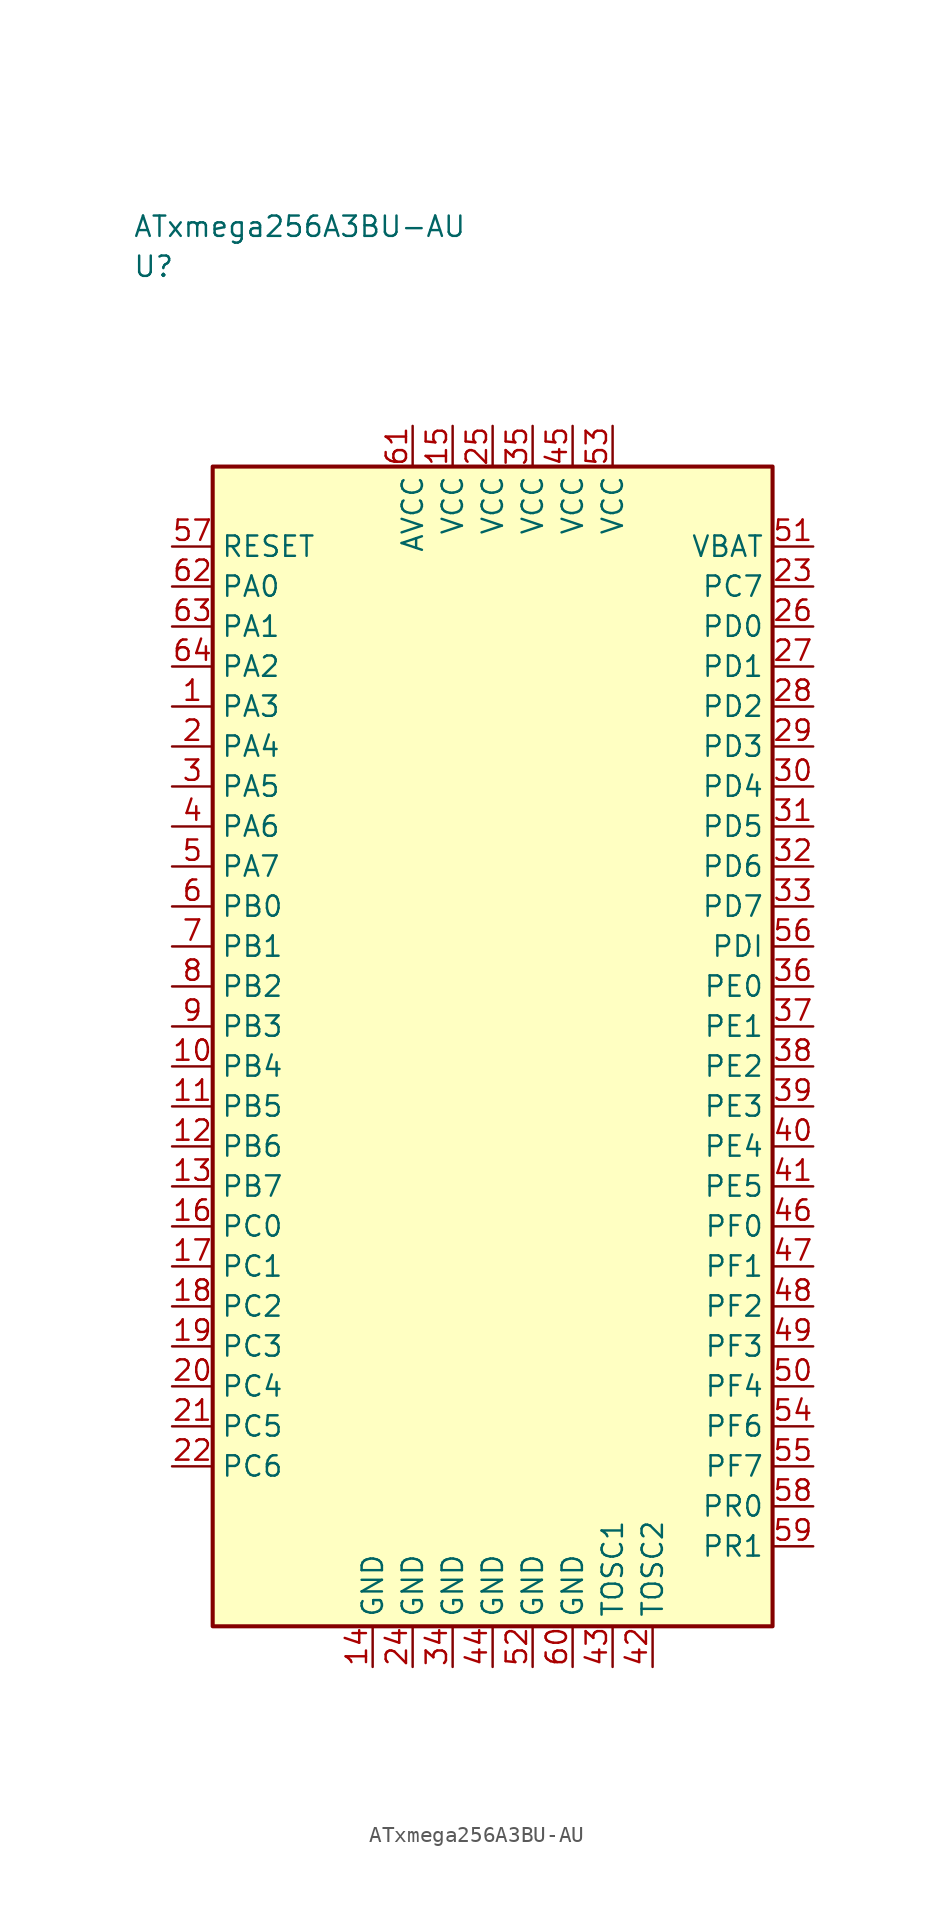
<source format=kicad_sym>
(kicad_symbol_lib
  (version 20241025)
  (generator "kicad_symbol_editor")
  (generator_version "8.0")
  (symbol "ATxmega256A3BU-AU"
    (property "Reference" "U"
      (at -22.5 48.75 0)
      (effects (font (size 1.27 1.27)) (justify left)))
    (property "Value" "ATxmega256A3BU-AU"
      (at -22.5 51.25 0)
      (effects (font (size 1.27 1.27)) (justify left)))
    (symbol "ATxmega256A3BU-AU_0_1"
      (rectangle (start -17.5 36.25) (end 17.5 -36.25) (stroke (width 0.254) (type default)) (fill (type background))))
    (symbol "ATxmega256A3BU-AU_1_1"
      (pin bidirectional line (at -20.04 21.25 0.0) (length 2.54) (name "PA3" (effects (font (size 1.27 1.27)))) (number "1" (effects (font (size 1.27 1.27)))))
      (pin bidirectional line (at -20.04 18.75 0.0) (length 2.54) (name "PA4" (effects (font (size 1.27 1.27)))) (number "2" (effects (font (size 1.27 1.27)))))
      (pin bidirectional line (at -20.04 16.25 0.0) (length 2.54) (name "PA5" (effects (font (size 1.27 1.27)))) (number "3" (effects (font (size 1.27 1.27)))))
      (pin bidirectional line (at -20.04 13.75 0.0) (length 2.54) (name "PA6" (effects (font (size 1.27 1.27)))) (number "4" (effects (font (size 1.27 1.27)))))
      (pin bidirectional line (at -20.04 11.25 0.0) (length 2.54) (name "PA7" (effects (font (size 1.27 1.27)))) (number "5" (effects (font (size 1.27 1.27)))))
      (pin bidirectional line (at -20.04 8.75 0.0) (length 2.54) (name "PB0" (effects (font (size 1.27 1.27)))) (number "6" (effects (font (size 1.27 1.27)))))
      (pin bidirectional line (at -20.04 6.25 0.0) (length 2.54) (name "PB1" (effects (font (size 1.27 1.27)))) (number "7" (effects (font (size 1.27 1.27)))))
      (pin bidirectional line (at -20.04 3.75 0.0) (length 2.54) (name "PB2" (effects (font (size 1.27 1.27)))) (number "8" (effects (font (size 1.27 1.27)))))
      (pin bidirectional line (at -20.04 1.25 0.0) (length 2.54) (name "PB3" (effects (font (size 1.27 1.27)))) (number "9" (effects (font (size 1.27 1.27)))))
      (pin bidirectional line (at -20.04 -1.25 0.0) (length 2.54) (name "PB4" (effects (font (size 1.27 1.27)))) (number "10" (effects (font (size 1.27 1.27)))))
      (pin bidirectional line (at -20.04 -3.75 0.0) (length 2.54) (name "PB5" (effects (font (size 1.27 1.27)))) (number "11" (effects (font (size 1.27 1.27)))))
      (pin bidirectional line (at -20.04 -6.25 0.0) (length 2.54) (name "PB6" (effects (font (size 1.27 1.27)))) (number "12" (effects (font (size 1.27 1.27)))))
      (pin bidirectional line (at -20.04 -8.75 0.0) (length 2.54) (name "PB7" (effects (font (size 1.27 1.27)))) (number "13" (effects (font (size 1.27 1.27)))))
      (pin passive line (at -7.5 -38.79 90.0) (length 2.54) (name "GND" (effects (font (size 1.27 1.27)))) (number "14" (effects (font (size 1.27 1.27)))))
      (pin power_in line (at -2.5 38.79 270.0) (length 2.54) (name "VCC" (effects (font (size 1.27 1.27)))) (number "15" (effects (font (size 1.27 1.27)))))
      (pin bidirectional line (at -20.04 -11.25 0.0) (length 2.54) (name "PC0" (effects (font (size 1.27 1.27)))) (number "16" (effects (font (size 1.27 1.27)))))
      (pin bidirectional line (at -20.04 -13.75 0.0) (length 2.54) (name "PC1" (effects (font (size 1.27 1.27)))) (number "17" (effects (font (size 1.27 1.27)))))
      (pin bidirectional line (at -20.04 -16.25 0.0) (length 2.54) (name "PC2" (effects (font (size 1.27 1.27)))) (number "18" (effects (font (size 1.27 1.27)))))
      (pin bidirectional line (at -20.04 -18.75 0.0) (length 2.54) (name "PC3" (effects (font (size 1.27 1.27)))) (number "19" (effects (font (size 1.27 1.27)))))
      (pin bidirectional line (at -20.04 -21.25 0.0) (length 2.54) (name "PC4" (effects (font (size 1.27 1.27)))) (number "20" (effects (font (size 1.27 1.27)))))
      (pin bidirectional line (at -20.04 -23.75 0.0) (length 2.54) (name "PC5" (effects (font (size 1.27 1.27)))) (number "21" (effects (font (size 1.27 1.27)))))
      (pin bidirectional line (at -20.04 -26.25 0.0) (length 2.54) (name "PC6" (effects (font (size 1.27 1.27)))) (number "22" (effects (font (size 1.27 1.27)))))
      (pin bidirectional line (at 20.04 28.75 180.0) (length 2.54) (name "PC7" (effects (font (size 1.27 1.27)))) (number "23" (effects (font (size 1.27 1.27)))))
      (pin passive line (at -5.0 -38.79 90.0) (length 2.54) (name "GND" (effects (font (size 1.27 1.27)))) (number "24" (effects (font (size 1.27 1.27)))))
      (pin power_in line (at 0.0 38.79 270.0) (length 2.54) (name "VCC" (effects (font (size 1.27 1.27)))) (number "25" (effects (font (size 1.27 1.27)))))
      (pin bidirectional line (at 20.04 26.25 180.0) (length 2.54) (name "PD0" (effects (font (size 1.27 1.27)))) (number "26" (effects (font (size 1.27 1.27)))))
      (pin bidirectional line (at 20.04 23.75 180.0) (length 2.54) (name "PD1" (effects (font (size 1.27 1.27)))) (number "27" (effects (font (size 1.27 1.27)))))
      (pin bidirectional line (at 20.04 21.25 180.0) (length 2.54) (name "PD2" (effects (font (size 1.27 1.27)))) (number "28" (effects (font (size 1.27 1.27)))))
      (pin bidirectional line (at 20.04 18.75 180.0) (length 2.54) (name "PD3" (effects (font (size 1.27 1.27)))) (number "29" (effects (font (size 1.27 1.27)))))
      (pin bidirectional line (at 20.04 16.25 180.0) (length 2.54) (name "PD4" (effects (font (size 1.27 1.27)))) (number "30" (effects (font (size 1.27 1.27)))))
      (pin bidirectional line (at 20.04 13.75 180.0) (length 2.54) (name "PD5" (effects (font (size 1.27 1.27)))) (number "31" (effects (font (size 1.27 1.27)))))
      (pin bidirectional line (at 20.04 11.25 180.0) (length 2.54) (name "PD6" (effects (font (size 1.27 1.27)))) (number "32" (effects (font (size 1.27 1.27)))))
      (pin bidirectional line (at 20.04 8.75 180.0) (length 2.54) (name "PD7" (effects (font (size 1.27 1.27)))) (number "33" (effects (font (size 1.27 1.27)))))
      (pin passive line (at -2.5 -38.79 90.0) (length 2.54) (name "GND" (effects (font (size 1.27 1.27)))) (number "34" (effects (font (size 1.27 1.27)))))
      (pin power_in line (at 2.5 38.79 270.0) (length 2.54) (name "VCC" (effects (font (size 1.27 1.27)))) (number "35" (effects (font (size 1.27 1.27)))))
      (pin bidirectional line (at 20.04 3.75 180.0) (length 2.54) (name "PE0" (effects (font (size 1.27 1.27)))) (number "36" (effects (font (size 1.27 1.27)))))
      (pin bidirectional line (at 20.04 1.25 180.0) (length 2.54) (name "PE1" (effects (font (size 1.27 1.27)))) (number "37" (effects (font (size 1.27 1.27)))))
      (pin bidirectional line (at 20.04 -1.25 180.0) (length 2.54) (name "PE2" (effects (font (size 1.27 1.27)))) (number "38" (effects (font (size 1.27 1.27)))))
      (pin bidirectional line (at 20.04 -3.75 180.0) (length 2.54) (name "PE3" (effects (font (size 1.27 1.27)))) (number "39" (effects (font (size 1.27 1.27)))))
      (pin bidirectional line (at 20.04 -6.25 180.0) (length 2.54) (name "PE4" (effects (font (size 1.27 1.27)))) (number "40" (effects (font (size 1.27 1.27)))))
      (pin bidirectional line (at 20.04 -8.75 180.0) (length 2.54) (name "PE5" (effects (font (size 1.27 1.27)))) (number "41" (effects (font (size 1.27 1.27)))))
      (pin passive line (at 10.0 -38.79 90.0) (length 2.54) (name "TOSC2" (effects (font (size 1.27 1.27)))) (number "42" (effects (font (size 1.27 1.27)))))
      (pin passive line (at 7.5 -38.79 90.0) (length 2.54) (name "TOSC1" (effects (font (size 1.27 1.27)))) (number "43" (effects (font (size 1.27 1.27)))))
      (pin passive line (at 0.0 -38.79 90.0) (length 2.54) (name "GND" (effects (font (size 1.27 1.27)))) (number "44" (effects (font (size 1.27 1.27)))))
      (pin power_in line (at 5.0 38.79 270.0) (length 2.54) (name "VCC" (effects (font (size 1.27 1.27)))) (number "45" (effects (font (size 1.27 1.27)))))
      (pin bidirectional line (at 20.04 -11.25 180.0) (length 2.54) (name "PF0" (effects (font (size 1.27 1.27)))) (number "46" (effects (font (size 1.27 1.27)))))
      (pin bidirectional line (at 20.04 -13.75 180.0) (length 2.54) (name "PF1" (effects (font (size 1.27 1.27)))) (number "47" (effects (font (size 1.27 1.27)))))
      (pin bidirectional line (at 20.04 -16.25 180.0) (length 2.54) (name "PF2" (effects (font (size 1.27 1.27)))) (number "48" (effects (font (size 1.27 1.27)))))
      (pin bidirectional line (at 20.04 -18.75 180.0) (length 2.54) (name "PF3" (effects (font (size 1.27 1.27)))) (number "49" (effects (font (size 1.27 1.27)))))
      (pin bidirectional line (at 20.04 -21.25 180.0) (length 2.54) (name "PF4" (effects (font (size 1.27 1.27)))) (number "50" (effects (font (size 1.27 1.27)))))
      (pin output line (at 20.04 31.25 180.0) (length 2.54) (name "VBAT" (effects (font (size 1.27 1.27)))) (number "51" (effects (font (size 1.27 1.27)))))
      (pin passive line (at 2.5 -38.79 90.0) (length 2.54) (name "GND" (effects (font (size 1.27 1.27)))) (number "52" (effects (font (size 1.27 1.27)))))
      (pin power_in line (at 7.5 38.79 270.0) (length 2.54) (name "VCC" (effects (font (size 1.27 1.27)))) (number "53" (effects (font (size 1.27 1.27)))))
      (pin bidirectional line (at 20.04 -23.75 180.0) (length 2.54) (name "PF6" (effects (font (size 1.27 1.27)))) (number "54" (effects (font (size 1.27 1.27)))))
      (pin bidirectional line (at 20.04 -26.25 180.0) (length 2.54) (name "PF7" (effects (font (size 1.27 1.27)))) (number "55" (effects (font (size 1.27 1.27)))))
      (pin bidirectional line (at 20.04 6.25 180.0) (length 2.54) (name "PDI" (effects (font (size 1.27 1.27)))) (number "56" (effects (font (size 1.27 1.27)))))
      (pin input line (at -20.04 31.25 0.0) (length 2.54) (name "RESET" (effects (font (size 1.27 1.27)))) (number "57" (effects (font (size 1.27 1.27)))))
      (pin bidirectional line (at 20.04 -28.75 180.0) (length 2.54) (name "PR0" (effects (font (size 1.27 1.27)))) (number "58" (effects (font (size 1.27 1.27)))))
      (pin bidirectional line (at 20.04 -31.25 180.0) (length 2.54) (name "PR1" (effects (font (size 1.27 1.27)))) (number "59" (effects (font (size 1.27 1.27)))))
      (pin passive line (at 5.0 -38.79 90.0) (length 2.54) (name "GND" (effects (font (size 1.27 1.27)))) (number "60" (effects (font (size 1.27 1.27)))))
      (pin power_in line (at -5.0 38.79 270.0) (length 2.54) (name "AVCC" (effects (font (size 1.27 1.27)))) (number "61" (effects (font (size 1.27 1.27)))))
      (pin bidirectional line (at -20.04 28.75 0.0) (length 2.54) (name "PA0" (effects (font (size 1.27 1.27)))) (number "62" (effects (font (size 1.27 1.27)))))
      (pin bidirectional line (at -20.04 26.25 0.0) (length 2.54) (name "PA1" (effects (font (size 1.27 1.27)))) (number "63" (effects (font (size 1.27 1.27)))))
      (pin bidirectional line (at -20.04 23.75 0.0) (length 2.54) (name "PA2" (effects (font (size 1.27 1.27)))) (number "64" (effects (font (size 1.27 1.27))))))))
</source>
